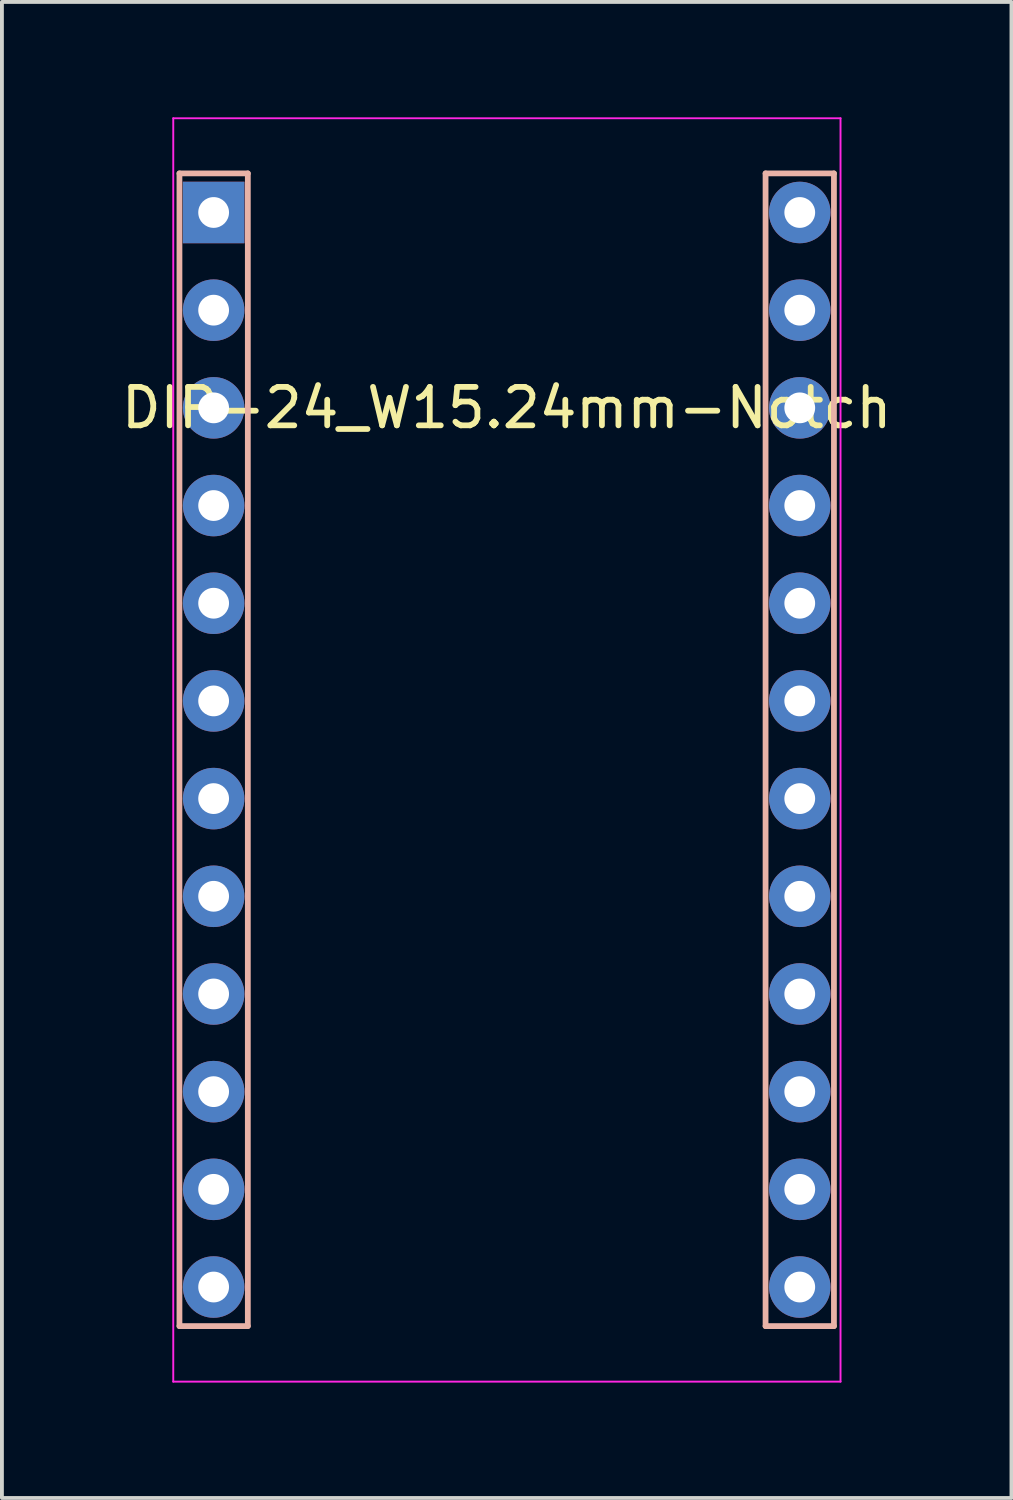
<source format=kicad_pcb>
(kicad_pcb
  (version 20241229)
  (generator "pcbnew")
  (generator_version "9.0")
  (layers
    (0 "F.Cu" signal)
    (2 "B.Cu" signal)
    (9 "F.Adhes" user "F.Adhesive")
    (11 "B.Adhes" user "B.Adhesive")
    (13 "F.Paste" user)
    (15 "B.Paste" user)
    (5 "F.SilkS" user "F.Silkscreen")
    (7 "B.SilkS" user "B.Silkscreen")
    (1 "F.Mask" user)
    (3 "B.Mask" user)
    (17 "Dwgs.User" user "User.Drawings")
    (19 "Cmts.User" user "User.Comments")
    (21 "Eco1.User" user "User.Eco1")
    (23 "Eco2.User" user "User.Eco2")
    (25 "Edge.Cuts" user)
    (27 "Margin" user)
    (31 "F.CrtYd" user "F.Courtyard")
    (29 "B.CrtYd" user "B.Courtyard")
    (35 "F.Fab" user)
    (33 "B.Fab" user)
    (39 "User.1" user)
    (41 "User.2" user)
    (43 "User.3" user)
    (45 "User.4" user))
  (footprint "DIP-24_W15.24mm-Notch"
    (layer "F.Cu")
    (at 2.505 2.475)
    (property "Reference" "DIP-24_W15.24mm-Notch" (at 7.62 5.08 0) (layer "F.SilkS") (effects (font (size 1 1) (thickness 0.15))))
    (attr through_hole)
    (fp_line (start -0.889 -1.016) (end 0.889 -1.016) (stroke (width 0.15) (type solid)) (layer "B.SilkS"))
    (fp_line (start -0.889 28.956) (end -0.889 -1.016) (stroke (width 0.15) (type solid)) (layer "B.SilkS"))
    (fp_line (start 0.889 -1.016) (end 0.889 28.956) (stroke (width 0.15) (type solid)) (layer "B.SilkS"))
    (fp_line (start 0.889 28.956) (end -0.889 28.956) (stroke (width 0.15) (type solid)) (layer "B.SilkS"))
    (fp_line (start 14.351 -1.016) (end 16.129 -1.016) (stroke (width 0.15) (type solid)) (layer "B.SilkS"))
    (fp_line (start 14.351 28.956) (end 14.351 -1.016) (stroke (width 0.15) (type solid)) (layer "B.SilkS"))
    (fp_line (start 16.129 -1.016) (end 16.129 28.956) (stroke (width 0.15) (type solid)) (layer "B.SilkS"))
    (fp_line (start 16.129 28.956) (end 14.351 28.956) (stroke (width 0.15) (type solid)) (layer "B.SilkS"))
    (fp_line (start -1.05 -2.45) (end -1.05 30.4) (stroke (width 0.05) (type solid)) (layer "F.CrtYd"))
    (fp_line (start -1.05 -2.45) (end 16.3 -2.45) (stroke (width 0.05) (type solid)) (layer "F.CrtYd"))
    (fp_line (start -1.05 30.4) (end 16.3 30.4) (stroke (width 0.05) (type solid)) (layer "F.CrtYd"))
    (fp_line (start 16.3 -2.45) (end 16.3 30.4) (stroke (width 0.05) (type solid)) (layer "F.CrtYd"))
    (pad "1" thru_hole rect (at 0 0) (size 1.6 1.6) (drill 0.8) (layers "*.Cu" "*.Mask"))
    (pad "2" thru_hole oval (at 0 2.54) (size 1.6 1.6) (drill 0.8) (layers "*.Cu" "*.Mask"))
    (pad "3" thru_hole oval (at 0 5.08) (size 1.6 1.6) (drill 0.8) (layers "*.Cu" "*.Mask"))
    (pad "4" thru_hole oval (at 0 7.62) (size 1.6 1.6) (drill 0.8) (layers "*.Cu" "*.Mask"))
    (pad "5" thru_hole oval (at 0 10.16) (size 1.6 1.6) (drill 0.8) (layers "*.Cu" "*.Mask"))
    (pad "6" thru_hole oval (at 0 12.7) (size 1.6 1.6) (drill 0.8) (layers "*.Cu" "*.Mask"))
    (pad "7" thru_hole oval (at 0 15.24) (size 1.6 1.6) (drill 0.8) (layers "*.Cu" "*.Mask"))
    (pad "8" thru_hole oval (at 0 17.78) (size 1.6 1.6) (drill 0.8) (layers "*.Cu" "*.Mask"))
    (pad "9" thru_hole oval (at 0 20.32) (size 1.6 1.6) (drill 0.8) (layers "*.Cu" "*.Mask"))
    (pad "10" thru_hole oval (at 0 22.86) (size 1.6 1.6) (drill 0.8) (layers "*.Cu" "*.Mask"))
    (pad "11" thru_hole oval (at 0 25.4) (size 1.6 1.6) (drill 0.8) (layers "*.Cu" "*.Mask"))
    (pad "12" thru_hole oval (at 0 27.94) (size 1.6 1.6) (drill 0.8) (layers "*.Cu" "*.Mask"))
    (pad "13" thru_hole oval (at 15.24 27.94) (size 1.6 1.6) (drill 0.8) (layers "*.Cu" "*.Mask"))
    (pad "14" thru_hole oval (at 15.24 25.4) (size 1.6 1.6) (drill 0.8) (layers "*.Cu" "*.Mask"))
    (pad "15" thru_hole oval (at 15.24 22.86) (size 1.6 1.6) (drill 0.8) (layers "*.Cu" "*.Mask"))
    (pad "16" thru_hole oval (at 15.24 20.32) (size 1.6 1.6) (drill 0.8) (layers "*.Cu" "*.Mask"))
    (pad "17" thru_hole oval (at 15.24 17.78) (size 1.6 1.6) (drill 0.8) (layers "*.Cu" "*.Mask"))
    (pad "18" thru_hole oval (at 15.24 15.24) (size 1.6 1.6) (drill 0.8) (layers "*.Cu" "*.Mask"))
    (pad "19" thru_hole oval (at 15.24 12.7) (size 1.6 1.6) (drill 0.8) (layers "*.Cu" "*.Mask"))
    (pad "20" thru_hole oval (at 15.24 10.16) (size 1.6 1.6) (drill 0.8) (layers "*.Cu" "*.Mask"))
    (pad "21" thru_hole oval (at 15.24 7.62) (size 1.6 1.6) (drill 0.8) (layers "*.Cu" "*.Mask"))
    (pad "22" thru_hole oval (at 15.24 5.08) (size 1.6 1.6) (drill 0.8) (layers "*.Cu" "*.Mask"))
    (pad "23" thru_hole oval (at 15.24 2.54) (size 1.6 1.6) (drill 0.8) (layers "*.Cu" "*.Mask"))
    (pad "24" thru_hole oval (at 15.24 0) (size 1.6 1.6) (drill 0.8) (layers "*.Cu" "*.Mask")))
  (gr_rect
    (start -3 -3)
    (end 23.25 35.9)
    (stroke (width 0.1) (type default))
    (fill no)
    (layer "Edge.Cuts")))
</source>
